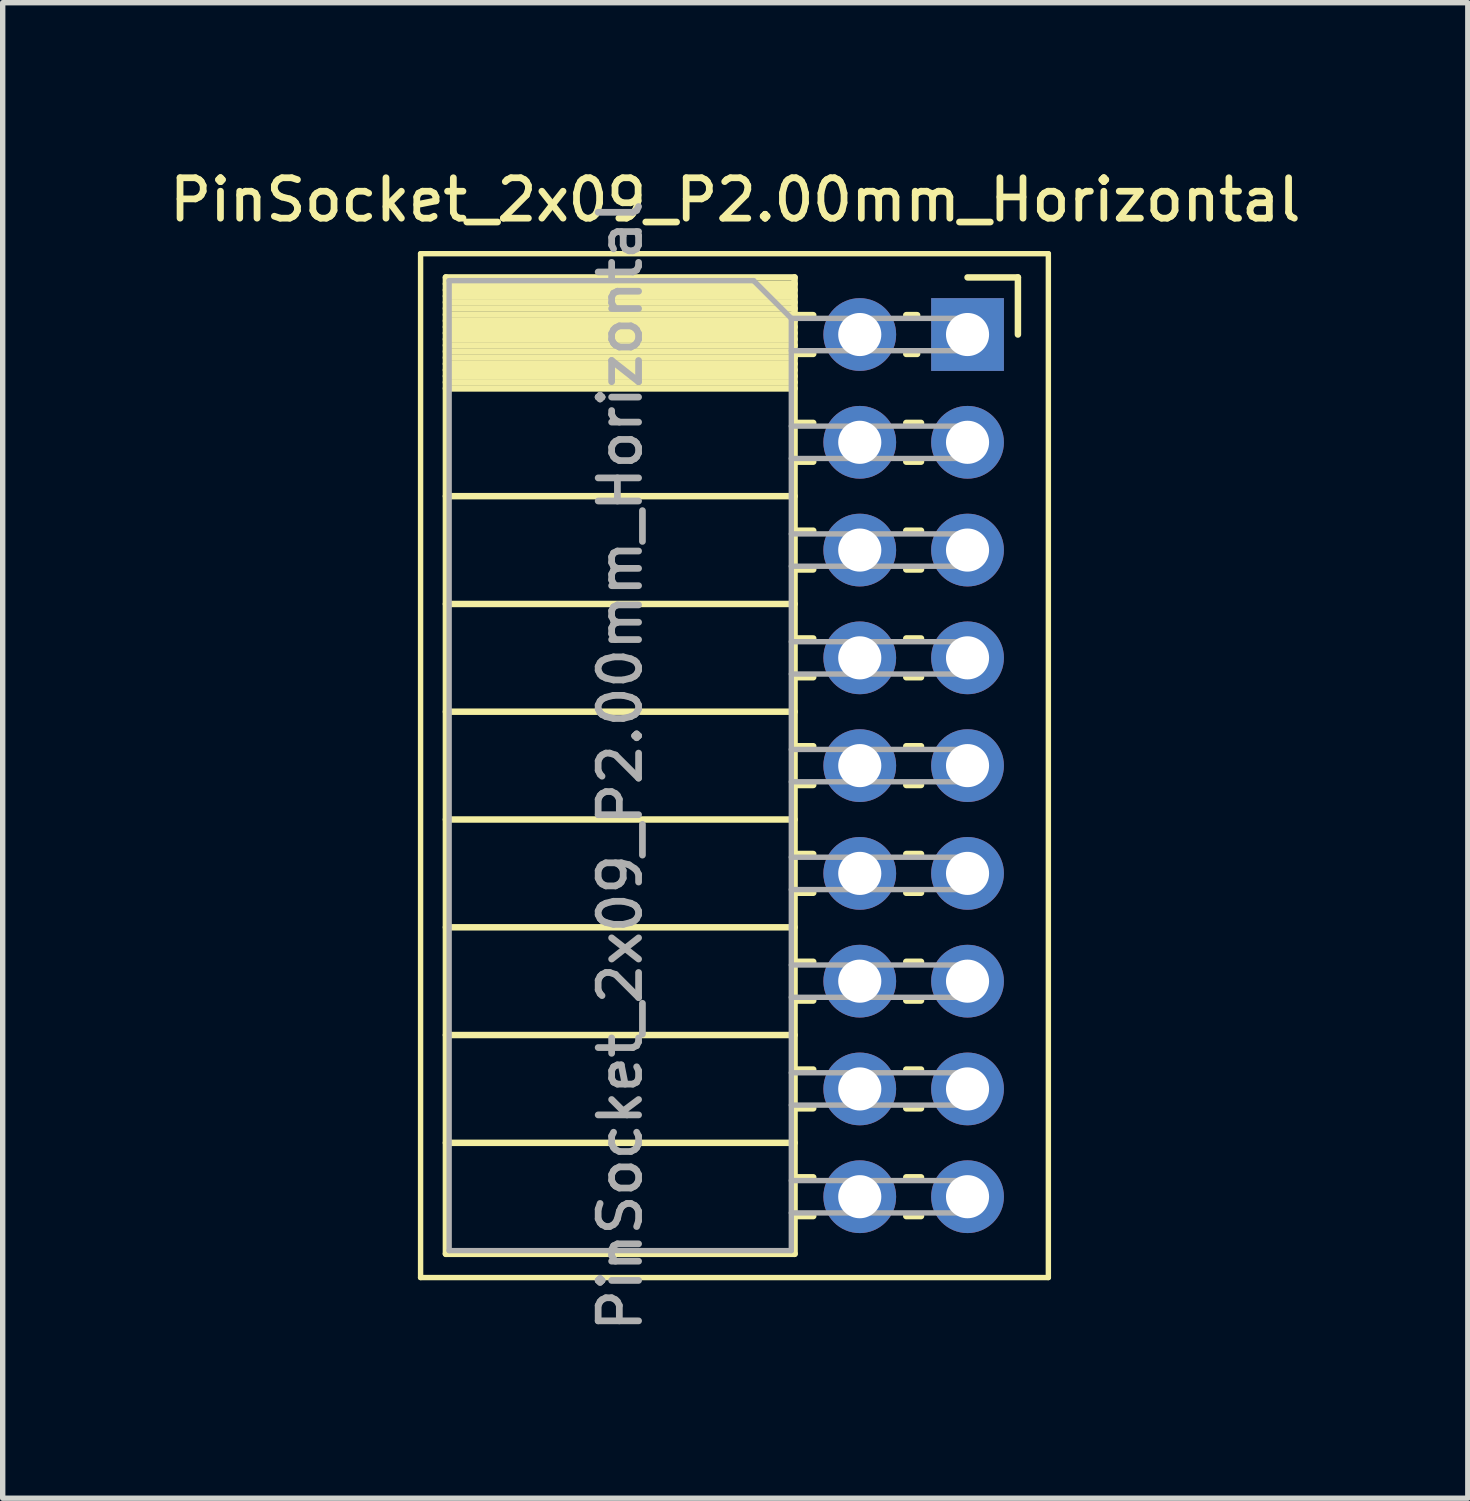
<source format=kicad_pcb>
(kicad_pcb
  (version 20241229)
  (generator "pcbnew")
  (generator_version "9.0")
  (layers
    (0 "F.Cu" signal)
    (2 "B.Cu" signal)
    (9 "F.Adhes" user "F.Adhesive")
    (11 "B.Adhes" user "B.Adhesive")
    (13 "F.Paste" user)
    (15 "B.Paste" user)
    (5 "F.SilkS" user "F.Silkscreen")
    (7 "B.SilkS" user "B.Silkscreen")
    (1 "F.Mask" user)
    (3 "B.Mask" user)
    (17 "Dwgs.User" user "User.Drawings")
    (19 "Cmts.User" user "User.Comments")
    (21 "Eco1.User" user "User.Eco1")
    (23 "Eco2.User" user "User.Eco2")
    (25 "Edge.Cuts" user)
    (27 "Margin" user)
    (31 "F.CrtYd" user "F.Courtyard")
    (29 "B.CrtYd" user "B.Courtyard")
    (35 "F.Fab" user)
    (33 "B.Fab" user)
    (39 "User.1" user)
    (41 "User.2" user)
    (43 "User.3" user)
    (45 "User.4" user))
  (footprint "PinSocket_2x09_P2.00mm_Horizontal"
    (layer "F.Cu")
    (at 14.905 3.158)
    (property "Reference" "PinSocket_2x09_P2.00mm_Horizontal" (at -4.31 -2.5 0) (layer "F.SilkS") (effects (font (size 0.75 0.75) (thickness 0.125))))
    (attr through_hole)
    (fp_line (start -10.15 -1.5) (end -10.15 17.5) (stroke (width 0.1) (type solid)) (layer "F.SilkS"))
    (fp_line (start -10.15 17.5) (end 1.5 17.5) (stroke (width 0.1) (type solid)) (layer "F.SilkS"))
    (fp_line (start -9.68 -1.06) (end -9.68 17.06) (stroke (width 0.12) (type solid)) (layer "F.SilkS"))
    (fp_line (start -9.68 -1.06) (end -3.21 -1.06) (stroke (width 0.12) (type solid)) (layer "F.SilkS"))
    (fp_line (start -9.68 -0.94) (end -3.21 -0.94) (stroke (width 0.12) (type solid)) (layer "F.SilkS"))
    (fp_line (start -9.68 -0.826) (end -3.21 -0.826) (stroke (width 0.12) (type solid)) (layer "F.SilkS"))
    (fp_line (start -9.68 -0.712) (end -3.21 -0.712) (stroke (width 0.12) (type solid)) (layer "F.SilkS"))
    (fp_line (start -9.68 -0.598) (end -3.21 -0.598) (stroke (width 0.12) (type solid)) (layer "F.SilkS"))
    (fp_line (start -9.68 -0.484) (end -3.21 -0.484) (stroke (width 0.12) (type solid)) (layer "F.SilkS"))
    (fp_line (start -9.68 -0.369) (end -3.21 -0.369) (stroke (width 0.12) (type solid)) (layer "F.SilkS"))
    (fp_line (start -9.68 -0.255) (end -3.21 -0.255) (stroke (width 0.12) (type solid)) (layer "F.SilkS"))
    (fp_line (start -9.68 -0.141) (end -3.21 -0.141) (stroke (width 0.12) (type solid)) (layer "F.SilkS"))
    (fp_line (start -9.68 -0.027) (end -3.21 -0.027) (stroke (width 0.12) (type solid)) (layer "F.SilkS"))
    (fp_line (start -9.68 0.087) (end -3.21 0.087) (stroke (width 0.12) (type solid)) (layer "F.SilkS"))
    (fp_line (start -9.68 0.201) (end -3.21 0.201) (stroke (width 0.12) (type solid)) (layer "F.SilkS"))
    (fp_line (start -9.68 0.315) (end -3.21 0.315) (stroke (width 0.12) (type solid)) (layer "F.SilkS"))
    (fp_line (start -9.68 0.429) (end -3.21 0.429) (stroke (width 0.12) (type solid)) (layer "F.SilkS"))
    (fp_line (start -9.68 0.544) (end -3.21 0.544) (stroke (width 0.12) (type solid)) (layer "F.SilkS"))
    (fp_line (start -9.68 0.658) (end -3.21 0.658) (stroke (width 0.12) (type solid)) (layer "F.SilkS"))
    (fp_line (start -9.68 0.772) (end -3.21 0.772) (stroke (width 0.12) (type solid)) (layer "F.SilkS"))
    (fp_line (start -9.68 0.886) (end -3.21 0.886) (stroke (width 0.12) (type solid)) (layer "F.SilkS"))
    (fp_line (start -9.68 1) (end -3.21 1) (stroke (width 0.12) (type solid)) (layer "F.SilkS"))
    (fp_line (start -9.68 3) (end -3.21 3) (stroke (width 0.12) (type solid)) (layer "F.SilkS"))
    (fp_line (start -9.68 5) (end -3.21 5) (stroke (width 0.12) (type solid)) (layer "F.SilkS"))
    (fp_line (start -9.68 7) (end -3.21 7) (stroke (width 0.12) (type solid)) (layer "F.SilkS"))
    (fp_line (start -9.68 9) (end -3.21 9) (stroke (width 0.12) (type solid)) (layer "F.SilkS"))
    (fp_line (start -9.68 11) (end -3.21 11) (stroke (width 0.12) (type solid)) (layer "F.SilkS"))
    (fp_line (start -9.68 13) (end -3.21 13) (stroke (width 0.12) (type solid)) (layer "F.SilkS"))
    (fp_line (start -9.68 15) (end -3.21 15) (stroke (width 0.12) (type solid)) (layer "F.SilkS"))
    (fp_line (start -9.68 17.06) (end -3.21 17.06) (stroke (width 0.12) (type solid)) (layer "F.SilkS"))
    (fp_line (start -3.21 -1.06) (end -3.21 17.06) (stroke (width 0.12) (type solid)) (layer "F.SilkS"))
    (fp_line (start -3.21 -0.36) (end -2.863 -0.36) (stroke (width 0.12) (type solid)) (layer "F.SilkS"))
    (fp_line (start -3.21 0.36) (end -2.863 0.36) (stroke (width 0.12) (type solid)) (layer "F.SilkS"))
    (fp_line (start -3.21 1.64) (end -2.863 1.64) (stroke (width 0.12) (type solid)) (layer "F.SilkS"))
    (fp_line (start -3.21 2.36) (end -2.863 2.36) (stroke (width 0.12) (type solid)) (layer "F.SilkS"))
    (fp_line (start -3.21 3.64) (end -2.863 3.64) (stroke (width 0.12) (type solid)) (layer "F.SilkS"))
    (fp_line (start -3.21 4.36) (end -2.863 4.36) (stroke (width 0.12) (type solid)) (layer "F.SilkS"))
    (fp_line (start -3.21 5.64) (end -2.863 5.64) (stroke (width 0.12) (type solid)) (layer "F.SilkS"))
    (fp_line (start -3.21 6.36) (end -2.863 6.36) (stroke (width 0.12) (type solid)) (layer "F.SilkS"))
    (fp_line (start -3.21 7.64) (end -2.863 7.64) (stroke (width 0.12) (type solid)) (layer "F.SilkS"))
    (fp_line (start -3.21 8.36) (end -2.863 8.36) (stroke (width 0.12) (type solid)) (layer "F.SilkS"))
    (fp_line (start -3.21 9.64) (end -2.863 9.64) (stroke (width 0.12) (type solid)) (layer "F.SilkS"))
    (fp_line (start -3.21 10.36) (end -2.863 10.36) (stroke (width 0.12) (type solid)) (layer "F.SilkS"))
    (fp_line (start -3.21 11.64) (end -2.863 11.64) (stroke (width 0.12) (type solid)) (layer "F.SilkS"))
    (fp_line (start -3.21 12.36) (end -2.863 12.36) (stroke (width 0.12) (type solid)) (layer "F.SilkS"))
    (fp_line (start -3.21 13.64) (end -2.863 13.64) (stroke (width 0.12) (type solid)) (layer "F.SilkS"))
    (fp_line (start -3.21 14.36) (end -2.863 14.36) (stroke (width 0.12) (type solid)) (layer "F.SilkS"))
    (fp_line (start -3.21 15.64) (end -2.863 15.64) (stroke (width 0.12) (type solid)) (layer "F.SilkS"))
    (fp_line (start -3.21 16.36) (end -2.863 16.36) (stroke (width 0.12) (type solid)) (layer "F.SilkS"))
    (fp_line (start -1.137 -0.36) (end -0.935 -0.36) (stroke (width 0.12) (type solid)) (layer "F.SilkS"))
    (fp_line (start -1.137 0.36) (end -0.935 0.36) (stroke (width 0.12) (type solid)) (layer "F.SilkS"))
    (fp_line (start -1.137 1.64) (end -0.863 1.64) (stroke (width 0.12) (type solid)) (layer "F.SilkS"))
    (fp_line (start -1.137 2.36) (end -0.863 2.36) (stroke (width 0.12) (type solid)) (layer "F.SilkS"))
    (fp_line (start -1.137 3.64) (end -0.863 3.64) (stroke (width 0.12) (type solid)) (layer "F.SilkS"))
    (fp_line (start -1.137 4.36) (end -0.863 4.36) (stroke (width 0.12) (type solid)) (layer "F.SilkS"))
    (fp_line (start -1.137 5.64) (end -0.863 5.64) (stroke (width 0.12) (type solid)) (layer "F.SilkS"))
    (fp_line (start -1.137 6.36) (end -0.863 6.36) (stroke (width 0.12) (type solid)) (layer "F.SilkS"))
    (fp_line (start -1.137 7.64) (end -0.863 7.64) (stroke (width 0.12) (type solid)) (layer "F.SilkS"))
    (fp_line (start -1.137 8.36) (end -0.863 8.36) (stroke (width 0.12) (type solid)) (layer "F.SilkS"))
    (fp_line (start -1.137 9.64) (end -0.863 9.64) (stroke (width 0.12) (type solid)) (layer "F.SilkS"))
    (fp_line (start -1.137 10.36) (end -0.863 10.36) (stroke (width 0.12) (type solid)) (layer "F.SilkS"))
    (fp_line (start -1.137 11.64) (end -0.863 11.64) (stroke (width 0.12) (type solid)) (layer "F.SilkS"))
    (fp_line (start -1.137 12.36) (end -0.863 12.36) (stroke (width 0.12) (type solid)) (layer "F.SilkS"))
    (fp_line (start -1.137 13.64) (end -0.863 13.64) (stroke (width 0.12) (type solid)) (layer "F.SilkS"))
    (fp_line (start -1.137 14.36) (end -0.863 14.36) (stroke (width 0.12) (type solid)) (layer "F.SilkS"))
    (fp_line (start -1.137 15.64) (end -0.863 15.64) (stroke (width 0.12) (type solid)) (layer "F.SilkS"))
    (fp_line (start -1.137 16.36) (end -0.863 16.36) (stroke (width 0.12) (type solid)) (layer "F.SilkS"))
    (fp_line (start 0 -1.06) (end 0.935 -1.06) (stroke (width 0.12) (type solid)) (layer "F.SilkS"))
    (fp_line (start 0.935 -1.06) (end 0.935 0) (stroke (width 0.12) (type solid)) (layer "F.SilkS"))
    (fp_line (start 1.5 -1.5) (end -10.15 -1.5) (stroke (width 0.1) (type solid)) (layer "F.SilkS"))
    (fp_line (start 1.5 17.5) (end 1.5 -1.5) (stroke (width 0.1) (type solid)) (layer "F.SilkS"))
    (fp_line (start -9.62 -1) (end -3.97 -1) (stroke (width 0.1) (type solid)) (layer "F.Fab"))
    (fp_line (start -9.62 17) (end -9.62 -1) (stroke (width 0.1) (type solid)) (layer "F.Fab"))
    (fp_line (start -3.97 -1) (end -3.27 -0.3) (stroke (width 0.1) (type solid)) (layer "F.Fab"))
    (fp_line (start -3.27 -0.3) (end -3.27 17) (stroke (width 0.1) (type solid)) (layer "F.Fab"))
    (fp_line (start -3.27 0.3) (end 0 0.3) (stroke (width 0.1) (type solid)) (layer "F.Fab"))
    (fp_line (start -3.27 2.3) (end 0 2.3) (stroke (width 0.1) (type solid)) (layer "F.Fab"))
    (fp_line (start -3.27 4.3) (end 0 4.3) (stroke (width 0.1) (type solid)) (layer "F.Fab"))
    (fp_line (start -3.27 6.3) (end 0 6.3) (stroke (width 0.1) (type solid)) (layer "F.Fab"))
    (fp_line (start -3.27 8.3) (end 0 8.3) (stroke (width 0.1) (type solid)) (layer "F.Fab"))
    (fp_line (start -3.27 10.3) (end 0 10.3) (stroke (width 0.1) (type solid)) (layer "F.Fab"))
    (fp_line (start -3.27 12.3) (end 0 12.3) (stroke (width 0.1) (type solid)) (layer "F.Fab"))
    (fp_line (start -3.27 14.3) (end 0 14.3) (stroke (width 0.1) (type solid)) (layer "F.Fab"))
    (fp_line (start -3.27 16.3) (end 0 16.3) (stroke (width 0.1) (type solid)) (layer "F.Fab"))
    (fp_line (start -3.27 17) (end -9.62 17) (stroke (width 0.1) (type solid)) (layer "F.Fab"))
    (fp_line (start 0 -0.3) (end -3.27 -0.3) (stroke (width 0.1) (type solid)) (layer "F.Fab"))
    (fp_line (start 0 0.3) (end 0 -0.3) (stroke (width 0.1) (type solid)) (layer "F.Fab"))
    (fp_line (start 0 1.7) (end -3.27 1.7) (stroke (width 0.1) (type solid)) (layer "F.Fab"))
    (fp_line (start 0 2.3) (end 0 1.7) (stroke (width 0.1) (type solid)) (layer "F.Fab"))
    (fp_line (start 0 3.7) (end -3.27 3.7) (stroke (width 0.1) (type solid)) (layer "F.Fab"))
    (fp_line (start 0 4.3) (end 0 3.7) (stroke (width 0.1) (type solid)) (layer "F.Fab"))
    (fp_line (start 0 5.7) (end -3.27 5.7) (stroke (width 0.1) (type solid)) (layer "F.Fab"))
    (fp_line (start 0 6.3) (end 0 5.7) (stroke (width 0.1) (type solid)) (layer "F.Fab"))
    (fp_line (start 0 7.7) (end -3.27 7.7) (stroke (width 0.1) (type solid)) (layer "F.Fab"))
    (fp_line (start 0 8.3) (end 0 7.7) (stroke (width 0.1) (type solid)) (layer "F.Fab"))
    (fp_line (start 0 9.7) (end -3.27 9.7) (stroke (width 0.1) (type solid)) (layer "F.Fab"))
    (fp_line (start 0 10.3) (end 0 9.7) (stroke (width 0.1) (type solid)) (layer "F.Fab"))
    (fp_line (start 0 11.7) (end -3.27 11.7) (stroke (width 0.1) (type solid)) (layer "F.Fab"))
    (fp_line (start 0 12.3) (end 0 11.7) (stroke (width 0.1) (type solid)) (layer "F.Fab"))
    (fp_line (start 0 13.7) (end -3.27 13.7) (stroke (width 0.1) (type solid)) (layer "F.Fab"))
    (fp_line (start 0 14.3) (end 0 13.7) (stroke (width 0.1) (type solid)) (layer "F.Fab"))
    (fp_line (start 0 15.7) (end -3.27 15.7) (stroke (width 0.1) (type solid)) (layer "F.Fab"))
    (fp_line (start 0 16.3) (end 0 15.7) (stroke (width 0.1) (type solid)) (layer "F.Fab"))
    (fp_text user "${REFERENCE}" (at -6.445 8 90) (layer "F.Fab") (effects (font (size 0.75 0.75) (thickness 0.125))))
    (pad "1" thru_hole rect (at 0 0) (size 1.35 1.35) (drill 0.8) (layers "*.Cu" "*.Mask"))
    (pad "2" thru_hole oval (at -2 0) (size 1.35 1.35) (drill 0.8) (layers "*.Cu" "*.Mask"))
    (pad "3" thru_hole oval (at 0 2) (size 1.35 1.35) (drill 0.8) (layers "*.Cu" "*.Mask"))
    (pad "4" thru_hole oval (at -2 2) (size 1.35 1.35) (drill 0.8) (layers "*.Cu" "*.Mask"))
    (pad "5" thru_hole oval (at 0 4) (size 1.35 1.35) (drill 0.8) (layers "*.Cu" "*.Mask"))
    (pad "6" thru_hole oval (at -2 4) (size 1.35 1.35) (drill 0.8) (layers "*.Cu" "*.Mask"))
    (pad "7" thru_hole oval (at 0 6) (size 1.35 1.35) (drill 0.8) (layers "*.Cu" "*.Mask"))
    (pad "8" thru_hole oval (at -2 6) (size 1.35 1.35) (drill 0.8) (layers "*.Cu" "*.Mask"))
    (pad "9" thru_hole oval (at 0 8) (size 1.35 1.35) (drill 0.8) (layers "*.Cu" "*.Mask"))
    (pad "10" thru_hole oval (at -2 8) (size 1.35 1.35) (drill 0.8) (layers "*.Cu" "*.Mask"))
    (pad "11" thru_hole oval (at 0 10) (size 1.35 1.35) (drill 0.8) (layers "*.Cu" "*.Mask"))
    (pad "12" thru_hole oval (at -2 10) (size 1.35 1.35) (drill 0.8) (layers "*.Cu" "*.Mask"))
    (pad "13" thru_hole oval (at 0 12) (size 1.35 1.35) (drill 0.8) (layers "*.Cu" "*.Mask"))
    (pad "14" thru_hole oval (at -2 12) (size 1.35 1.35) (drill 0.8) (layers "*.Cu" "*.Mask"))
    (pad "15" thru_hole oval (at 0 14) (size 1.35 1.35) (drill 0.8) (layers "*.Cu" "*.Mask"))
    (pad "16" thru_hole oval (at -2 14) (size 1.35 1.35) (drill 0.8) (layers "*.Cu" "*.Mask"))
    (pad "17" thru_hole oval (at 0 16) (size 1.35 1.35) (drill 0.8) (layers "*.Cu" "*.Mask"))
    (pad "18" thru_hole oval (at -2 16) (size 1.35 1.35) (drill 0.8) (layers "*.Cu" "*.Mask")))
  (gr_rect
    (start -3 -3)
    (end 24.189 24.753)
    (stroke (width 0.1) (type default))
    (fill no)
    (layer "Edge.Cuts")))
</source>
